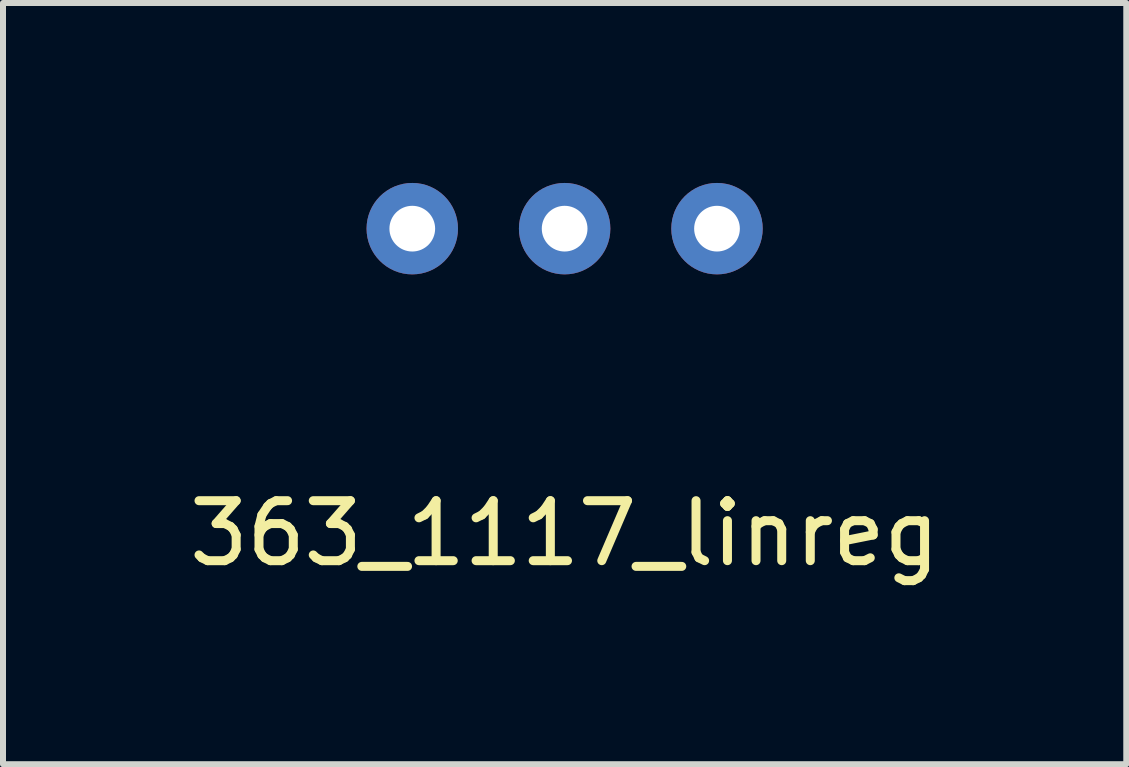
<source format=kicad_pcb>
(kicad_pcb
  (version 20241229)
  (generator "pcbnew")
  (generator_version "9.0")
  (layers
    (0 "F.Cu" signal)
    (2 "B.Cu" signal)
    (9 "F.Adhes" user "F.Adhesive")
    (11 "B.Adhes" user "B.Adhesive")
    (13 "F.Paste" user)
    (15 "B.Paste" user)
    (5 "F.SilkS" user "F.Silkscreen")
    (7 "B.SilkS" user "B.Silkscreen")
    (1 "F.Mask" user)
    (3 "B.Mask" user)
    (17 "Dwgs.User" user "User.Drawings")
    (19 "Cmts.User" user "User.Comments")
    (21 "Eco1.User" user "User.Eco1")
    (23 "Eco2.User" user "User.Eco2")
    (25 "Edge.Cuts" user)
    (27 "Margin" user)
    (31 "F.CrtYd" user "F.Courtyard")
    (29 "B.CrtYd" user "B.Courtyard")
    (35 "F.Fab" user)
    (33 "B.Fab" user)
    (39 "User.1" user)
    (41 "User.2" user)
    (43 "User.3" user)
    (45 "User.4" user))
  (footprint "363_1117_linreg"
    (layer "F.Cu")
    (at 6.363 0.762)
    (property "Reference" "363_1117_linreg" (at 0 5.08 0) (layer "F.SilkS") (effects (font (size 1 1) (thickness 0.15))))
    (attr through_hole)
    (pad "1" thru_hole circle (at -2.54 0) (size 1.524 1.524) (drill 0.762) (layers "*.Cu" "*.Mask"))
    (pad "2" thru_hole circle (at 0 0) (size 1.524 1.524) (drill 0.762) (layers "*.Cu" "*.Mask"))
    (pad "3" thru_hole circle (at 2.54 0) (size 1.524 1.524) (drill 0.762) (layers "*.Cu" "*.Mask")))
  (gr_rect
    (start -3 -3)
    (end 15.726 9.69)
    (stroke (width 0.1) (type default))
    (fill no)
    (layer "Edge.Cuts")))
</source>
